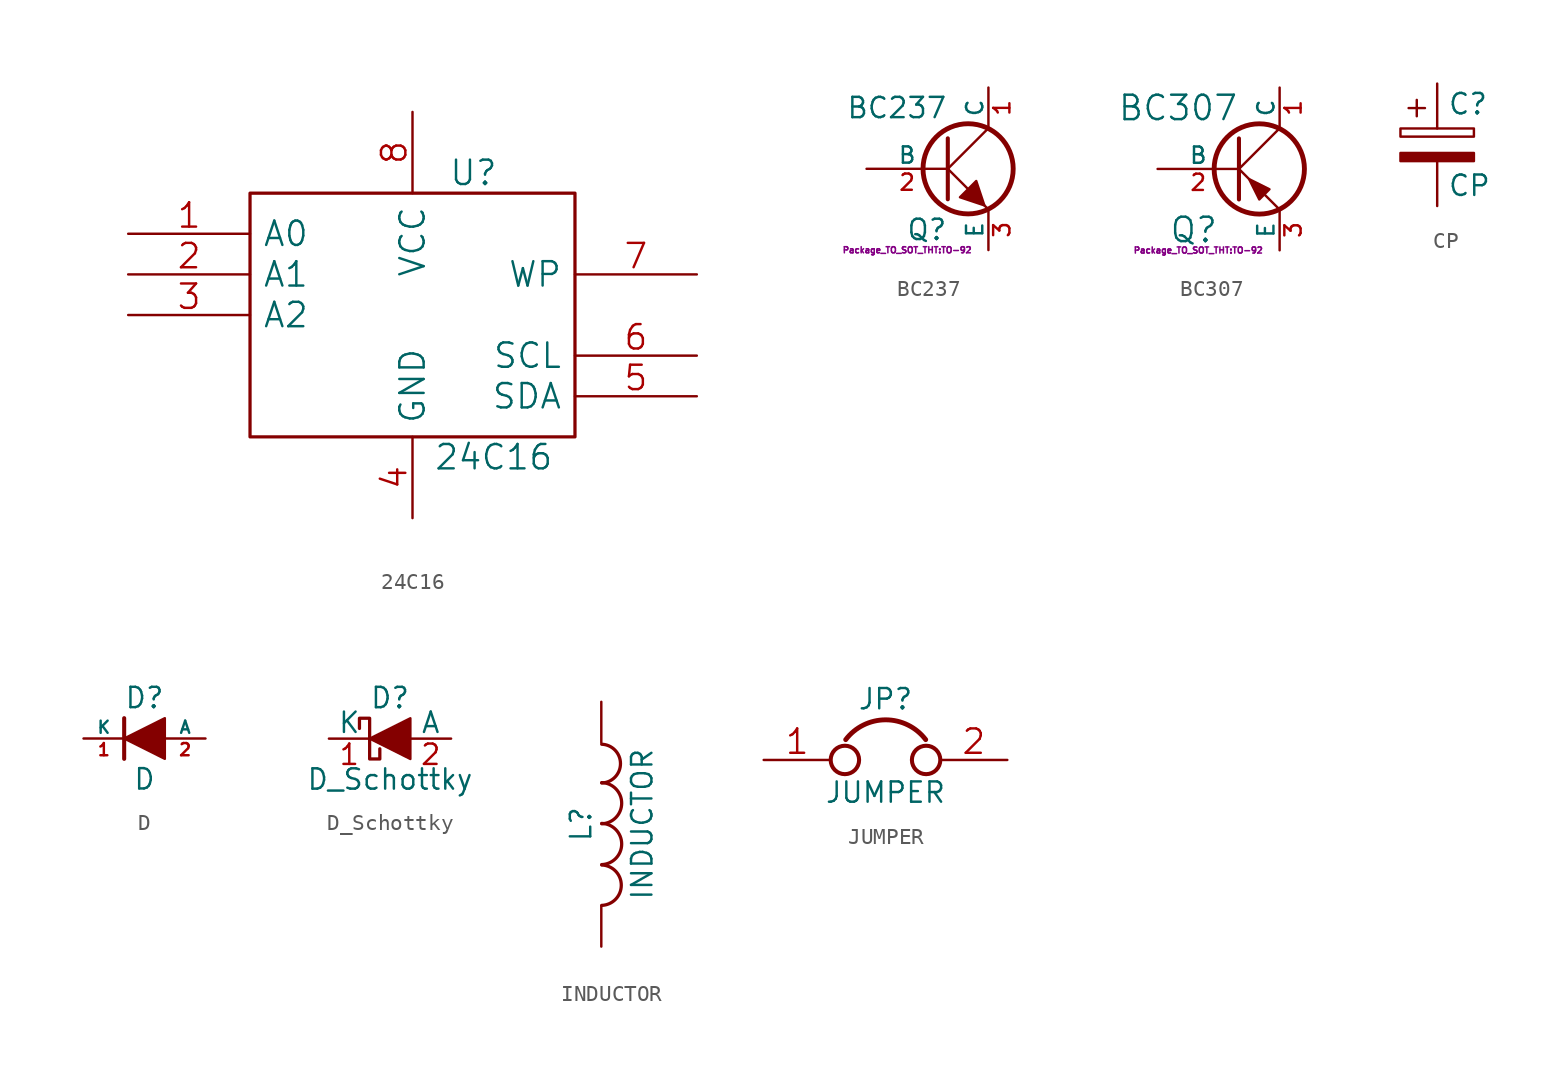
<source format=kicad_sym>
(kicad_symbol_lib
  (version 20241209)
  (generator "kicad_symbol_editor")
  (generator_version "9.0")
  (symbol "24C16"
    (pin_names
      (offset 0.762))
    (property "Reference" "U"
      (at 3.81 8.89 0)
      (effects (font (size 1.524 1.524))))
    (property "Value" "24C16"
      (at 5.08 -8.89 0)
      (effects (font (size 1.524 1.524))))
    (property "Footprint" ""
      (at 0 0 0)
      (effects (font (size 1.524 1.524))))
    (property "Datasheet" ""
      (at 0 0 0)
      (effects (font (size 1.524 1.524))))
    (symbol "24C16_0_0"
      (pin power_in line (at 0 12.7 270) (length 5.08) (name "VCC" (effects (font (size 1.524 1.524)))) (number "8" (effects (font (size 1.524 1.524)))))
      (pin power_in line (at 0 -12.7 90) (length 5.08) (name "GND" (effects (font (size 1.524 1.524)))) (number "4" (effects (font (size 1.524 1.524))))))
    (symbol "24C16_1_1"
      (rectangle (start -10.16 -7.62) (end 10.16 7.62) (stroke (width 0.203) (type default)) (fill (type none)))
      (pin input line (at -17.78 5.08 0) (length 7.62) (name "A0" (effects (font (size 1.524 1.524)))) (number "1" (effects (font (size 1.524 1.524)))))
      (pin input line (at -17.78 2.54 0) (length 7.62) (name "A1" (effects (font (size 1.524 1.524)))) (number "2" (effects (font (size 1.524 1.524)))))
      (pin input line (at -17.78 0 0) (length 7.62) (name "A2" (effects (font (size 1.524 1.524)))) (number "3" (effects (font (size 1.524 1.524)))))
      (pin input line (at 17.78 2.54 180) (length 7.62) (name "WP" (effects (font (size 1.524 1.524)))) (number "7" (effects (font (size 1.524 1.524)))))
      (pin input line (at 17.78 -2.54 180) (length 7.62) (name "SCL" (effects (font (size 1.524 1.524)))) (number "6" (effects (font (size 1.524 1.524)))))
      (pin bidirectional line (at 17.78 -5.08 180) (length 7.62) (name "SDA" (effects (font (size 1.524 1.524)))) (number "5" (effects (font (size 1.524 1.524)))))))
  (symbol "BC237"
    (pin_names
      (offset 0))
    (property "Reference" "Q"
      (at 0 -3.81 0)
      (effects (font (size 1.27 1.27)) (justify right)))
    (property "Value" "BC237"
      (at 0 3.81 0)
      (effects (font (size 1.27 1.27)) (justify right)))
    (property "Footprint" "Package_TO_SOT_THT:TO-92"
      (at -2.54 -5.08 0)
      (effects (font (size 0.381 0.381))))
    (property "Datasheet" ""
      (at 0 0 0)
      (effects (font (size 1.524 1.524))))
    (symbol "BC237_0_1"
      (polyline (pts (xy 0 1.905) (xy 0 -1.905) (xy 0 -1.905)) (stroke (width 0.254) (type default)) (fill (type none)))
      (polyline (pts (xy 0 0) (xy 2.54 2.54)) (stroke (width 0.152) (type default)) (fill (type none)))
      (circle (center 1.27 0) (radius 2.819) (stroke (width 0.305) (type default)) (fill (type none)))
      (polyline (pts (xy 1.27 -1.27) (xy 0 0) (xy 0 0)) (stroke (width 0.152) (type default)) (fill (type none)))
      (polyline (pts (xy 2.286 -2.286) (xy 2.54 -2.54) (xy 2.54 -2.54)) (stroke (width 0) (type default)) (fill (type none)))
      (polyline (pts (xy 2.286 -2.286) (xy 1.778 -0.762) (xy 0.762 -1.778) (xy 2.286 -2.286) (xy 2.286 -2.286)) (stroke (width 0) (type default)) (fill (type outline))))
    (symbol "BC237_1_1"
      (pin input line (at -5.08 0 0) (length 5.08) (name "B" (effects (font (size 1.016 1.016)))) (number "2" (effects (font (size 1.016 1.016)))))
      (pin passive line (at 2.54 5.08 270) (length 2.54) (name "C" (effects (font (size 1.016 1.016)))) (number "1" (effects (font (size 1.016 1.016)))))
      (pin passive line (at 2.54 -5.08 90) (length 2.54) (name "E" (effects (font (size 1.016 1.016)))) (number "3" (effects (font (size 1.016 1.016)))))))
  (symbol "BC307"
    (pin_names
      (offset 0))
    (property "Reference" "Q"
      (at -1.27 -3.81 0)
      (effects (font (size 1.524 1.524)) (justify right)))
    (property "Value" "BC307"
      (at 0 3.81 0)
      (effects (font (size 1.524 1.524)) (justify right)))
    (property "Footprint" "Package_TO_SOT_THT:TO-92"
      (at -2.54 -5.08 0)
      (effects (font (size 0.381 0.381))))
    (property "Datasheet" ""
      (at 0 0 0)
      (effects (font (size 1.524 1.524))))
    (symbol "BC307_0_1"
      (polyline (pts (xy 0 1.905) (xy 0 -1.905) (xy 0 -1.905)) (stroke (width 0.254) (type default)) (fill (type outline)))
      (polyline (pts (xy 0 0) (xy 2.54 2.54)) (stroke (width 0.152) (type default)) (fill (type none)))
      (polyline (pts (xy 0.635 -0.635) (xy 0 0) (xy 0 0)) (stroke (width 0.152) (type default)) (fill (type none)))
      (polyline (pts (xy 0.635 -0.635) (xy 1.27 -1.905) (xy 1.905 -1.27) (xy 0.635 -0.635) (xy 0.635 -0.635)) (stroke (width 0) (type default)) (fill (type outline)))
      (circle (center 1.27 0) (radius 2.819) (stroke (width 0.305) (type default)) (fill (type none)))
      (polyline (pts (xy 2.54 -2.54) (xy 1.651 -1.651) (xy 1.651 -1.651)) (stroke (width 0.152) (type default)) (fill (type none))))
    (symbol "BC307_1_1"
      (pin input line (at -5.08 0 0) (length 5.08) (name "B" (effects (font (size 1.016 1.016)))) (number "2" (effects (font (size 1.016 1.016)))))
      (pin passive line (at 2.54 5.08 270) (length 2.54) (name "C" (effects (font (size 1.016 1.016)))) (number "1" (effects (font (size 1.016 1.016)))))
      (pin passive line (at 2.54 -5.08 90) (length 2.54) (name "E" (effects (font (size 1.016 1.016)))) (number "3" (effects (font (size 1.016 1.016)))))))
  (symbol "CP"
    (pin_numbers
      (hide yes))
    (pin_names
      (offset 0.254))
    (property "Reference" "C"
      (at 0.635 2.54 0)
      (effects (font (size 1.27 1.27)) (justify left)))
    (property "Value" "CP"
      (at 0.635 -2.54 0)
      (effects (font (size 1.27 1.27)) (justify left)))
    (property "Footprint" ""
      (at 0.965 -3.81 0)
      (effects (font (size 0.762 0.762))))
    (property "Datasheet" ""
      (at 0 0 0)
      (effects (font (size 1.524 1.524))))
    (symbol "CP_0_1"
      (rectangle (start -2.286 1.016) (end 2.286 0.508) (stroke (width 0.152) (type default)) (fill (type none)))
      (rectangle (start -1.778 2.286) (end -0.762 2.286) (stroke (width 0) (type default)) (fill (type none)))
      (rectangle (start -1.27 1.778) (end -1.27 2.794) (stroke (width 0) (type default)) (fill (type none)))
      (rectangle (start 2.286 -0.508) (end -2.286 -1.016) (stroke (width 0) (type default)) (fill (type outline))))
    (symbol "CP_1_1"
      (pin passive line (at 0 3.81 270) (length 2.794) (name "~" (effects (font (size 1.016 1.016)))) (number "1" (effects (font (size 1.016 1.016)))))
      (pin passive line (at 0 -3.81 90) (length 2.794) (name "~" (effects (font (size 1.016 1.016)))) (number "2" (effects (font (size 1.016 1.016)))))))
  (symbol "D"
    (pin_names
      (offset 0))
    (property "Reference" "D"
      (at 0 2.54 0)
      (effects (font (size 1.27 1.27))))
    (property "Value" "D"
      (at 0 -2.54 0)
      (effects (font (size 1.27 1.27))))
    (property "Footprint" ""
      (at 0 0 0)
      (effects (font (size 1.524 1.524))))
    (property "Datasheet" ""
      (at 0 0 0)
      (effects (font (size 1.524 1.524))))
    (symbol "D_0_1"
      (polyline (pts (xy -1.27 1.27) (xy -1.27 -1.27)) (stroke (width 0.254) (type default)) (fill (type none)))
      (polyline (pts (xy -1.27 0) (xy 1.27 1.27) (xy 1.27 -1.27) (xy -1.27 0)) (stroke (width 0.152) (type default)) (fill (type outline))))
    (symbol "D_1_1"
      (pin passive line (at -3.81 0 0) (length 2.54) (name "K" (effects (font (size 0.762 0.762)))) (number "1" (effects (font (size 0.762 0.762)))))
      (pin passive line (at 3.81 0 180) (length 2.54) (name "A" (effects (font (size 0.762 0.762)))) (number "2" (effects (font (size 0.762 0.762)))))))
  (symbol "D_Schottky"
    (pin_names
      (offset 0))
    (property "Reference" "D"
      (at 0 2.54 0)
      (effects (font (size 1.27 1.27))))
    (property "Value" "D_Schottky"
      (at 0 -2.54 0)
      (effects (font (size 1.27 1.27))))
    (property "Footprint" ""
      (at -2.54 0 0)
      (effects (font (size 0.254 0.254))))
    (property "Datasheet" ""
      (at 0 0 0)
      (effects (font (size 1.524 1.524))))
    (symbol "D_Schottky_0_1"
      (polyline (pts (xy -1.905 0.635) (xy -1.905 1.27) (xy -1.27 1.27) (xy -1.27 -1.27) (xy -0.635 -1.27) (xy -0.635 -0.635)) (stroke (width 0.203) (type default)) (fill (type none)))
      (polyline (pts (xy -1.27 0) (xy 1.27 1.27) (xy 1.27 -1.27) (xy -1.27 0)) (stroke (width 0.152) (type default)) (fill (type outline))))
    (symbol "D_Schottky_1_1"
      (pin passive line (at -3.81 0 0) (length 2.54) (name "K" (effects (font (size 1.27 1.27)))) (number "1" (effects (font (size 1.27 1.27)))))
      (pin passive line (at 3.81 0 180) (length 2.54) (name "A" (effects (font (size 1.27 1.27)))) (number "2" (effects (font (size 1.27 1.27)))))))
  (symbol "INDUCTOR"
    (pin_numbers
      (hide yes))
    (pin_names
      (offset 1.016)
      (hide yes))
    (property "Reference" "L"
      (at -1.27 0 90)
      (effects (font (size 1.27 1.27))))
    (property "Value" "INDUCTOR"
      (at 2.54 0 90)
      (effects (font (size 1.27 1.27))))
    (property "Footprint" ""
      (at 0 0 0)
      (effects (font (size 1.524 1.524))))
    (property "Datasheet" ""
      (at 0 0 0)
      (effects (font (size 1.524 1.524))))
    (symbol "INDUCTOR_0_1"
      (arc (start 0.0254 4.9784) (mid 1.1942 3.7719) (end 0.0254 2.5654) (stroke (width 0.2032) (type default)) (fill (type none)))
      (arc (start 0.0254 2.5908) (mid 1.2704 1.3081) (end 0.0254 0.0254) (stroke (width 0.2032) (type default)) (fill (type none)))
      (arc (start 0.0254 0.0508) (mid 1.2704 -1.2319) (end 0.0254 -2.5146) (stroke (width 0.2032) (type default)) (fill (type none)))
      (arc (start 0.0254 -2.54) (mid 1.245 -3.7973) (end 0.0254 -5.0546) (stroke (width 0.2032) (type default)) (fill (type none))))
    (symbol "INDUCTOR_1_1"
      (pin passive line (at 0 7.62 270) (length 2.54) (name "1" (effects (font (size 1.778 1.778)))) (number "1" (effects (font (size 1.778 1.778)))))
      (pin passive line (at 0 -7.62 90) (length 2.54) (name "2" (effects (font (size 1.778 1.778)))) (number "2" (effects (font (size 1.778 1.778)))))))
  (symbol "JUMPER"
    (pin_names
      (offset 0.762)
      (hide yes))
    (property "Reference" "JP"
      (at 0 3.81 0)
      (effects (font (size 1.27 1.27))))
    (property "Value" "JUMPER"
      (at 0 -2.032 0)
      (effects (font (size 1.27 1.27))))
    (property "Footprint" ""
      (at 0 0 0)
      (effects (font (size 1.524 1.524))))
    (property "Datasheet" ""
      (at 0 0 0)
      (effects (font (size 1.524 1.524))))
    (symbol "JUMPER_0_1"
      (circle (center -2.54 0) (radius 0.889) (stroke (width 0.254) (type default)) (fill (type none)))
      (arc (start -2.4892 1.27) (mid 0.0127 2.5097) (end 2.5146 1.27) (stroke (width 0.3048) (type default)) (fill (type none)))
      (circle (center 2.54 0) (radius 0.889) (stroke (width 0.254) (type default)) (fill (type none)))
      (pin passive line (at -7.62 0 0) (length 4.191) (name "1" (effects (font (size 1.524 1.524)))) (number "1" (effects (font (size 1.524 1.524)))))
      (pin passive line (at 7.62 0 180) (length 4.191) (name "2" (effects (font (size 1.524 1.524)))) (number "2" (effects (font (size 1.524 1.524))))))))
</source>
